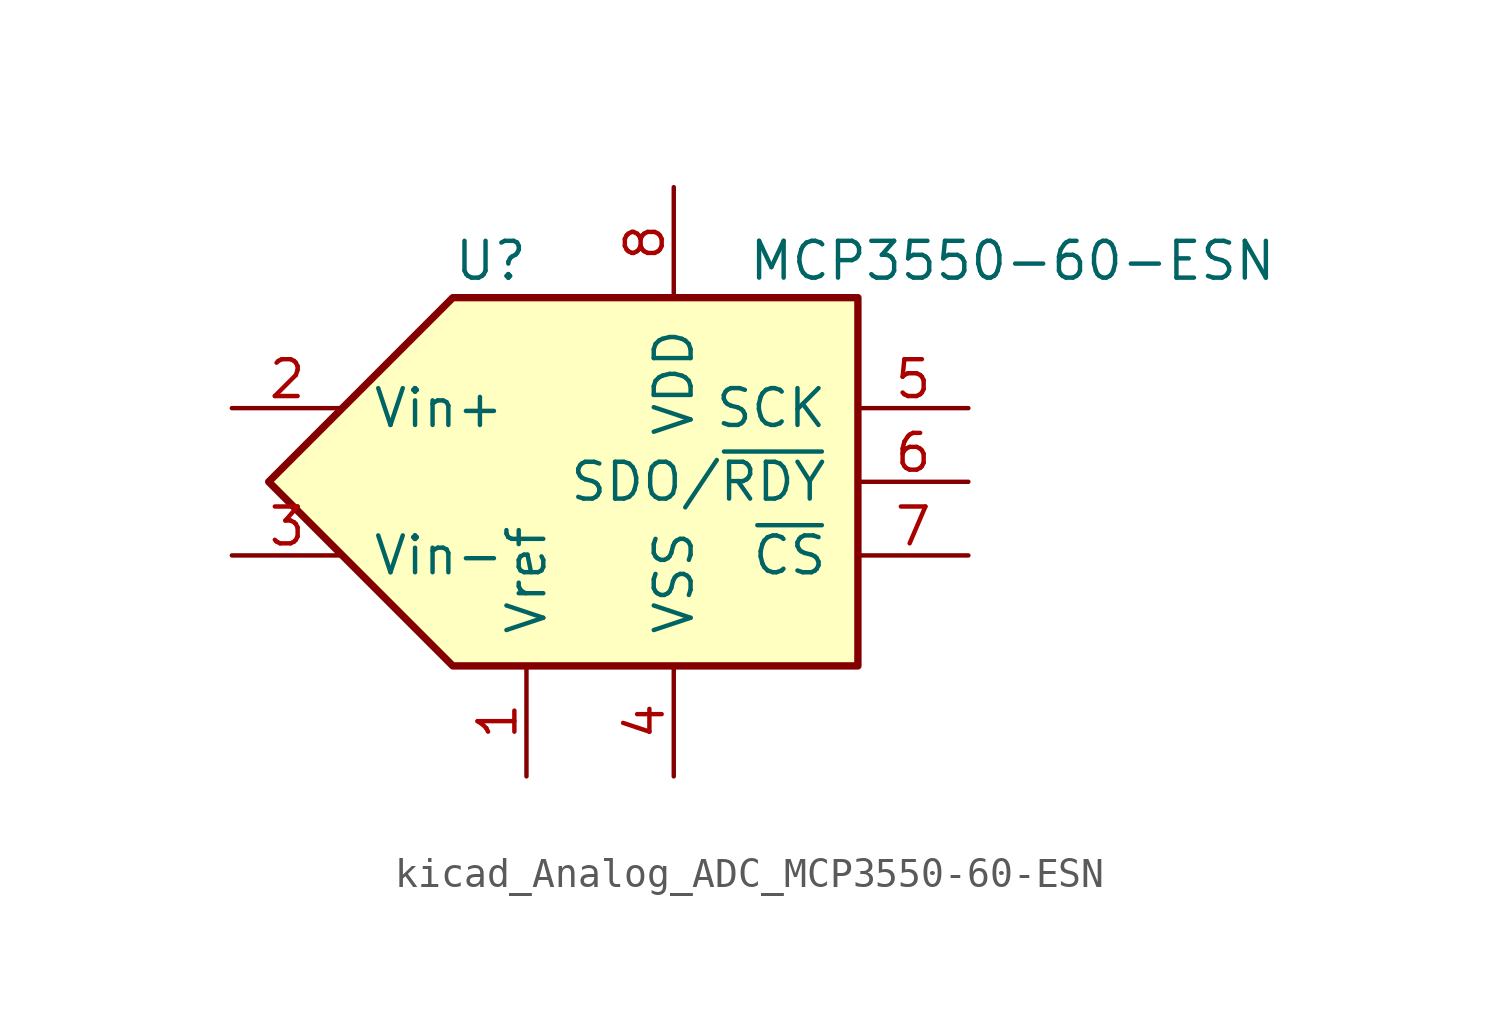
<source format=kicad_sym>
(kicad_symbol_lib
  (version 20220914)
  (generator kicad_symbol_editor)
  (symbol "kicad_Analog_ADC_MCP3550-60-ESN"
    (pin_names
      (offset 1.016))
    (property "Reference" "U"
      (at -5.08 7.62 0)
      (effects (font (size 1.27 1.27)) (justify left)))
    (property "Value" "MCP3550-60-ESN"
      (at 5.08 7.62 0)
      (effects (font (size 1.27 1.27)) (justify left)))
    (symbol "kicad_Analog_ADC_MCP3550-60-ESN_0_1"
      (polyline (pts (xy -5.08 6.35) (xy 8.89 6.35) (xy 8.89 0) (xy 8.89 -6.35) (xy -5.08 -6.35) (xy -11.43 0) (xy -5.08 6.35)) (stroke (width 0.254) (type default)) (fill (type background))))
    (symbol "kicad_Analog_ADC_MCP3550-60-ESN_1_1"
      (pin input line (at -2.54 -10.16 90) (length 3.81) (name "Vref" (effects (font (size 1.27 1.27)))) (number "1" (effects (font (size 1.27 1.27)))))
      (pin passive line (at -12.7 2.54 0) (length 3.81) (name "Vin+" (effects (font (size 1.27 1.27)))) (number "2" (effects (font (size 1.27 1.27)))))
      (pin passive line (at -12.7 -2.54 0) (length 3.81) (name "Vin-" (effects (font (size 1.27 1.27)))) (number "3" (effects (font (size 1.27 1.27)))))
      (pin power_in line (at 2.54 -10.16 90) (length 3.81) (name "VSS" (effects (font (size 1.27 1.27)))) (number "4" (effects (font (size 1.27 1.27)))))
      (pin input line (at 12.7 2.54 180) (length 3.81) (name "SCK" (effects (font (size 1.27 1.27)))) (number "5" (effects (font (size 1.27 1.27)))))
      (pin output line (at 12.7 0 180) (length 3.81) (name "SDO/~{RDY}" (effects (font (size 1.27 1.27)))) (number "6" (effects (font (size 1.27 1.27)))))
      (pin input line (at 12.7 -2.54 180) (length 3.81) (name "~{CS}" (effects (font (size 1.27 1.27)))) (number "7" (effects (font (size 1.27 1.27)))))
      (pin power_in line (at 2.54 10.16 270) (length 3.81) (name "VDD" (effects (font (size 1.27 1.27)))) (number "8" (effects (font (size 1.27 1.27))))))))
</source>
